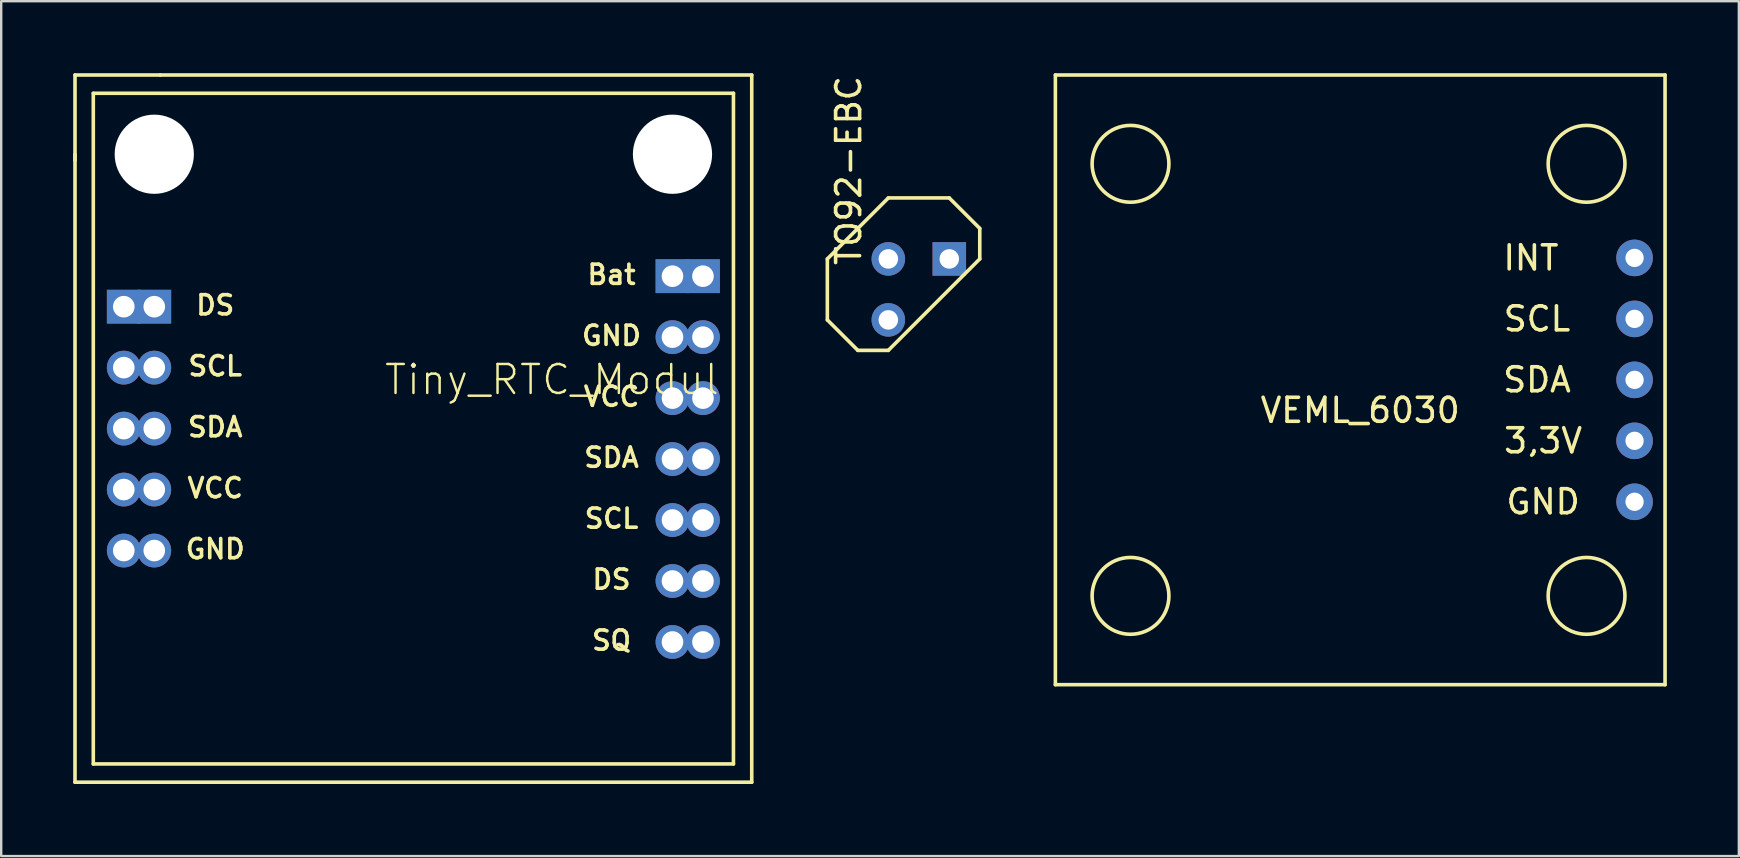
<source format=kicad_pcb>
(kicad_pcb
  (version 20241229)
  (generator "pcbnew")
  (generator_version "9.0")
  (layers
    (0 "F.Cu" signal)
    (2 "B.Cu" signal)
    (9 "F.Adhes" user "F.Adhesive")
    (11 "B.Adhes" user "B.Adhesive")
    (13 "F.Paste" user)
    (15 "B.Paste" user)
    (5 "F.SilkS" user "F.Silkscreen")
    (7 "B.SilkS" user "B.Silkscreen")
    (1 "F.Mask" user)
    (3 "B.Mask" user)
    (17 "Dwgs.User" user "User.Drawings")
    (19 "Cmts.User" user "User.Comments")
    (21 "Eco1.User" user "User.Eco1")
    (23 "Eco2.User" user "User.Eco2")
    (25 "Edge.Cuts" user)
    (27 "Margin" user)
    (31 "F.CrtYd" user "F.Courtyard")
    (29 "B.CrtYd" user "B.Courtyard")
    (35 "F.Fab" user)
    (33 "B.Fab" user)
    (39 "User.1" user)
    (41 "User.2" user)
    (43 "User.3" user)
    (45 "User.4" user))
  (footprint "VEML_6030"
    (layer "F.Cu")
    (at 53.619 12.775)
    (property "Reference" "VEML_6030" (at 0 1.27 0) (unlocked yes) (layer "F.SilkS") (effects (font (size 1 1) (thickness 0.15))))
    (attr through_hole)
    (fp_line (start -12.7 -12.7) (end -12.7 12.7) (stroke (width 0.15) (type solid)) (layer "F.SilkS"))
    (fp_line (start -12.7 12.7) (end 12.7 12.7) (stroke (width 0.15) (type solid)) (layer "F.SilkS"))
    (fp_line (start 12.7 -12.7) (end -12.7 -12.7) (stroke (width 0.15) (type solid)) (layer "F.SilkS"))
    (fp_line (start 12.7 12.7) (end 12.7 -12.7) (stroke (width 0.15) (type solid)) (layer "F.SilkS"))
    (fp_circle (center -9.57 -9) (end -11.17 -9) (stroke (width 0.15) (type solid)) (fill no) (layer "F.SilkS"))
    (fp_circle (center -9.57 9) (end -11.17 9) (stroke (width 0.15) (type solid)) (fill no) (layer "F.SilkS"))
    (fp_circle (center 9.43 -9) (end 7.83 -9) (stroke (width 0.15) (type solid)) (fill no) (layer "F.SilkS"))
    (fp_circle (center 9.43 9) (end 7.83 9) (stroke (width 0.15) (type solid)) (fill no) (layer "F.SilkS"))
    (fp_text user "GND" (at 7.62 5.08 0) (unlocked yes) (layer "F.SilkS") (effects (font (size 1 1) (thickness 0.15))))
    (fp_text user "SDA" (at 7.366 0 0) (unlocked yes) (layer "F.SilkS") (effects (font (size 1 1) (thickness 0.15))))
    (fp_text user "INT" (at 7.112 -5.08 0) (unlocked yes) (layer "F.SilkS") (effects (font (size 1 1) (thickness 0.15))))
    (fp_text user "3,3V" (at 7.62 2.54 0) (unlocked yes) (layer "F.SilkS") (effects (font (size 1 1) (thickness 0.15))))
    (fp_text user "SCL" (at 7.366 -2.54 0) (unlocked yes) (layer "F.SilkS") (effects (font (size 1 1) (thickness 0.15))))
    (pad "1" thru_hole circle (at 11.43 5.08 180) (size 1.524 1.524) (drill 0.762) (layers "*.Cu" "*.Mask"))
    (pad "2" thru_hole circle (at 11.43 2.54 180) (size 1.524 1.524) (drill 0.762) (layers "*.Cu" "*.Mask"))
    (pad "3" thru_hole circle (at 11.43 0 180) (size 1.524 1.524) (drill 0.762) (layers "*.Cu" "*.Mask"))
    (pad "4" thru_hole circle (at 11.43 -2.54 180) (size 1.524 1.524) (drill 0.762) (layers "*.Cu" "*.Mask"))
    (pad "5" thru_hole circle (at 11.43 -5.08 180) (size 1.524 1.524) (drill 0.762) (layers "*.Cu" "*.Mask")))
  (footprint "TO92-EBC"
    (layer "F.Cu")
    (at 35.229 9.007)
    (property "Reference" "TO92-EBC" (at -2.921 -4.953 90) (layer "F.SilkS") (effects (font (size 1 1) (thickness 0.15))))
    (fp_line (start -3.81 -1.27) (end -3.81 1.27) (stroke (width 0.15) (type solid)) (layer "F.SilkS"))
    (fp_line (start -3.81 1.27) (end -2.54 2.54) (stroke (width 0.15) (type solid)) (layer "F.SilkS"))
    (fp_line (start -2.54 2.54) (end -1.27 2.54) (stroke (width 0.15) (type solid)) (layer "F.SilkS"))
    (fp_line (start -1.27 -3.81) (end -3.81 -1.27) (stroke (width 0.15) (type solid)) (layer "F.SilkS"))
    (fp_line (start -1.27 2.54) (end 2.54 -1.27) (stroke (width 0.15) (type solid)) (layer "F.SilkS"))
    (fp_line (start 1.27 -3.81) (end -1.27 -3.81) (stroke (width 0.15) (type solid)) (layer "F.SilkS"))
    (fp_line (start 2.54 -2.54) (end 1.27 -3.81) (stroke (width 0.15) (type solid)) (layer "F.SilkS"))
    (fp_line (start 2.54 -1.27) (end 2.54 -2.54) (stroke (width 0.15) (type solid)) (layer "F.SilkS"))
    (pad "B" thru_hole circle (at -1.27 -1.27) (size 1.397 1.397) (drill 0.813) (layers "*.Cu" "*.Mask"))
    (pad "C" thru_hole circle (at -1.27 1.27) (size 1.397 1.397) (drill 0.813) (layers "*.Cu" "*.Mask"))
    (pad "E" thru_hole rect (at 1.27 -1.27) (size 1.397 1.397) (drill 0.813) (layers "*.Cu" "*.Mask")))
  (footprint "Tiny_RTC_Modul"
    (layer "F.Cu")
    (at 14.172 14.743)
    (property "Reference" "Tiny_RTC_Modul" (at -1.27 -1.27 0) (layer "F.SilkS") (effects (font (size 1.206 1.206) (thickness 0.102)) (justify left bottom)))
    (fp_line (start -14.097 -14.668) (end -14.097 -11.113) (stroke (width 0.15) (type solid)) (layer "F.SilkS"))
    (fp_line (start -14.097 14.796) (end -14.097 -11.367) (stroke (width 0.15) (type solid)) (layer "F.SilkS"))
    (fp_line (start -13.335 14.034) (end -13.335 -13.906) (stroke (width 0.15) (type solid)) (layer "F.SilkS"))
    (fp_line (start -10.541 -14.668) (end -14.097 -14.668) (stroke (width 0.15) (type solid)) (layer "F.SilkS"))
    (fp_line (start -10.541 -14.668) (end 14.097 -14.668) (stroke (width 0.15) (type solid)) (layer "F.SilkS"))
    (fp_line (start 13.335 -13.906) (end -13.335 -13.906) (stroke (width 0.15) (type solid)) (layer "F.SilkS"))
    (fp_line (start 13.335 -13.906) (end 13.335 14.034) (stroke (width 0.15) (type solid)) (layer "F.SilkS"))
    (fp_line (start 13.335 14.034) (end -13.335 14.034) (stroke (width 0.15) (type solid)) (layer "F.SilkS"))
    (fp_line (start 14.097 -14.668) (end 14.097 14.796) (stroke (width 0.15) (type solid)) (layer "F.SilkS"))
    (fp_line (start 14.097 14.796) (end -14.097 14.796) (stroke (width 0.15) (type solid)) (layer "F.SilkS"))
    (fp_text user "VCC" (at 8.255 -1.27 0) (layer "F.SilkS") (effects (font (size 0.8 0.8) (thickness 0.15))))
    (fp_text user "DS" (at 8.255 6.35 0) (layer "F.SilkS") (effects (font (size 0.8 0.8) (thickness 0.15))))
    (fp_text user "SDA" (at 8.255 1.27 0) (layer "F.SilkS") (effects (font (size 0.8 0.8) (thickness 0.15))))
    (fp_text user "GND" (at -8.255 5.08 0) (layer "F.SilkS") (effects (font (size 0.8 0.8) (thickness 0.15))))
    (fp_text user "SCL" (at -8.255 -2.54 0) (layer "F.SilkS") (effects (font (size 0.8 0.8) (thickness 0.15))))
    (fp_text user "DS" (at -8.255 -5.08 0) (layer "F.SilkS") (effects (font (size 0.8 0.8) (thickness 0.15))))
    (fp_text user "VCC" (at -8.255 2.54 0) (layer "F.SilkS") (effects (font (size 0.8 0.8) (thickness 0.15))))
    (fp_text user "SDA" (at -8.255 0 0) (layer "F.SilkS") (effects (font (size 0.8 0.8) (thickness 0.15))))
    (fp_text user "Bat" (at 8.255 -6.35 0) (layer "F.SilkS") (effects (font (size 0.8 0.8) (thickness 0.15))))
    (fp_text user "SQ" (at 8.255 8.89 0) (layer "F.SilkS") (effects (font (size 0.8 0.8) (thickness 0.15))))
    (fp_text user "GND" (at 8.255 -3.81 0) (layer "F.SilkS") (effects (font (size 0.8 0.8) (thickness 0.15))))
    (fp_text user "SCL" (at 8.255 3.81 0) (layer "F.SilkS") (effects (font (size 0.8 0.8) (thickness 0.15))))
    (pad "" np_thru_hole circle (at -10.795 -11.367) (size 3.3 3.3) (drill 3.3) (layers "*.Cu" "*.Mask"))
    (pad "" np_thru_hole circle (at 10.795 -11.367) (size 3.3 3.3) (drill 3.3) (layers "*.Cu" "*.Mask"))
    (pad "1_0" thru_hole rect (at -12.065 -5.016) (size 1.408 1.408) (drill 0.9) (layers "*.Cu" "*.Mask"))
    (pad "1_0" thru_hole rect (at -10.795 -5.016) (size 1.408 1.408) (drill 0.9) (layers "*.Cu" "*.Mask"))
    (pad "1_1" thru_hole rect (at 10.795 -6.287) (size 1.408 1.408) (drill 0.9) (layers "*.Cu" "*.Mask"))
    (pad "1_1" thru_hole rect (at 12.065 -6.287) (size 1.408 1.408) (drill 0.9) (layers "*.Cu" "*.Mask"))
    (pad "2_0" thru_hole circle (at -12.065 -2.477) (size 1.408 1.408) (drill 0.9) (layers "*.Cu" "*.Mask"))
    (pad "2_0" thru_hole circle (at -10.795 -2.477) (size 1.408 1.408) (drill 0.9) (layers "*.Cu" "*.Mask"))
    (pad "2_1" thru_hole circle (at 10.795 -3.747) (size 1.408 1.408) (drill 0.9) (layers "*.Cu" "*.Mask"))
    (pad "2_1" thru_hole circle (at 12.065 -3.747) (size 1.408 1.408) (drill 0.9) (layers "*.Cu" "*.Mask"))
    (pad "3_0" thru_hole circle (at -12.065 0.064) (size 1.408 1.408) (drill 0.9) (layers "*.Cu" "*.Mask"))
    (pad "3_0" thru_hole circle (at -10.795 0.064) (size 1.408 1.408) (drill 0.9) (layers "*.Cu" "*.Mask"))
    (pad "3_1" thru_hole circle (at 10.795 -1.206) (size 1.408 1.408) (drill 0.9) (layers "*.Cu" "*.Mask"))
    (pad "3_1" thru_hole circle (at 12.065 -1.206) (size 1.408 1.408) (drill 0.9) (layers "*.Cu" "*.Mask"))
    (pad "4_0" thru_hole circle (at -12.065 2.603) (size 1.408 1.408) (drill 0.9) (layers "*.Cu" "*.Mask"))
    (pad "4_0" thru_hole circle (at -10.795 2.603) (size 1.408 1.408) (drill 0.9) (layers "*.Cu" "*.Mask"))
    (pad "4_1" thru_hole circle (at 10.795 1.333) (size 1.408 1.408) (drill 0.9) (layers "*.Cu" "*.Mask"))
    (pad "4_1" thru_hole circle (at 12.065 1.333) (size 1.408 1.408) (drill 0.9) (layers "*.Cu" "*.Mask"))
    (pad "5_0" thru_hole circle (at -12.065 5.144) (size 1.408 1.408) (drill 0.9) (layers "*.Cu" "*.Mask"))
    (pad "5_0" thru_hole circle (at -10.795 5.144) (size 1.408 1.408) (drill 0.9) (layers "*.Cu" "*.Mask"))
    (pad "5_1" thru_hole circle (at 10.795 3.873) (size 1.408 1.408) (drill 0.9) (layers "*.Cu" "*.Mask"))
    (pad "5_1" thru_hole circle (at 12.065 3.873) (size 1.408 1.408) (drill 0.9) (layers "*.Cu" "*.Mask"))
    (pad "6_1" thru_hole circle (at 10.795 6.413) (size 1.408 1.408) (drill 0.9) (layers "*.Cu" "*.Mask"))
    (pad "6_1" thru_hole circle (at 12.065 6.413) (size 1.408 1.408) (drill 0.9) (layers "*.Cu" "*.Mask"))
    (pad "7_1" thru_hole circle (at 10.795 8.954) (size 1.408 1.408) (drill 0.9) (layers "*.Cu" "*.Mask"))
    (pad "7_1" thru_hole circle (at 12.065 8.954) (size 1.408 1.408) (drill 0.9) (layers "*.Cu" "*.Mask")))
  (gr_rect
    (start -3 -3)
    (end 69.394 32.614)
    (stroke (width 0.1) (type default))
    (fill no)
    (layer "Edge.Cuts")))
</source>
